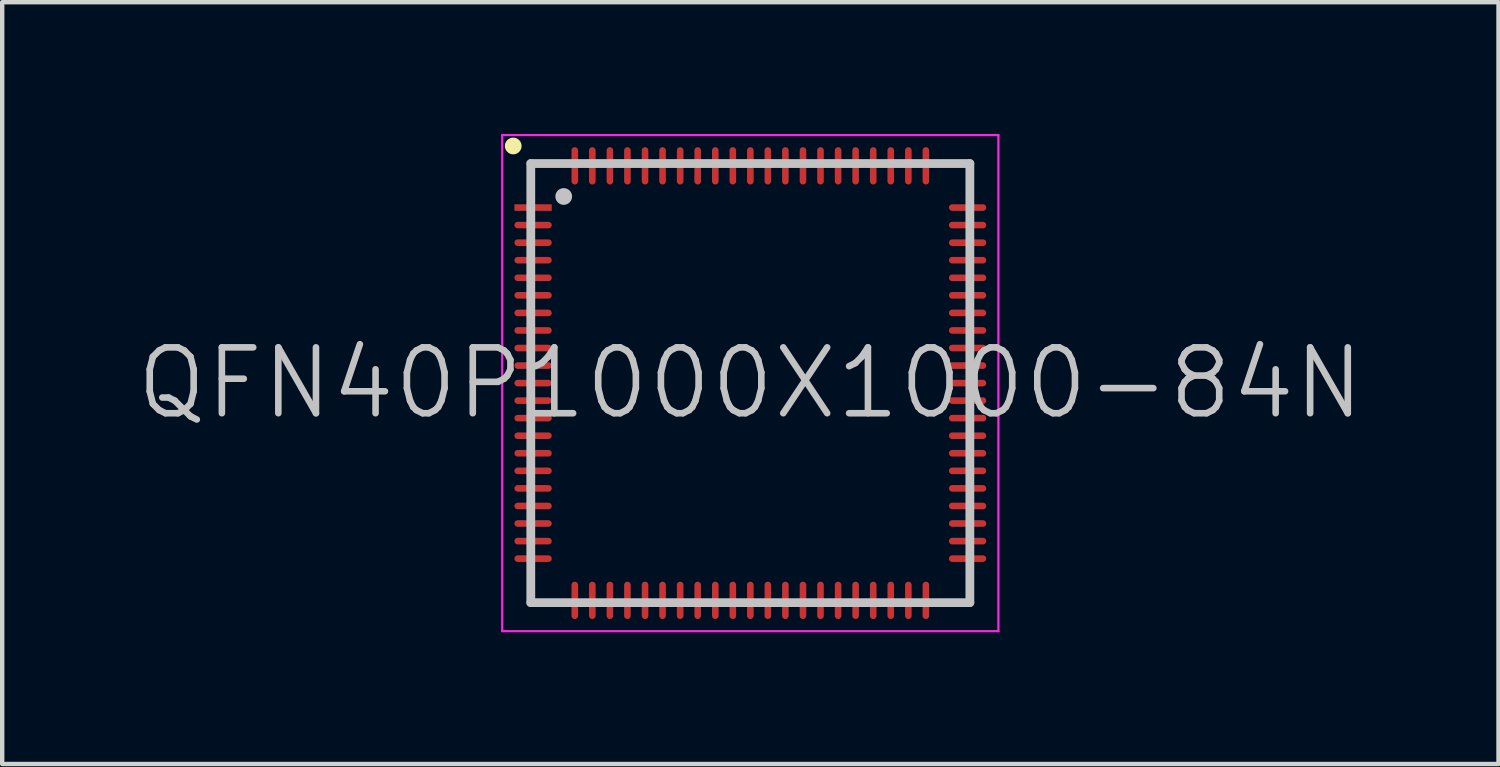
<source format=kicad_pcb>
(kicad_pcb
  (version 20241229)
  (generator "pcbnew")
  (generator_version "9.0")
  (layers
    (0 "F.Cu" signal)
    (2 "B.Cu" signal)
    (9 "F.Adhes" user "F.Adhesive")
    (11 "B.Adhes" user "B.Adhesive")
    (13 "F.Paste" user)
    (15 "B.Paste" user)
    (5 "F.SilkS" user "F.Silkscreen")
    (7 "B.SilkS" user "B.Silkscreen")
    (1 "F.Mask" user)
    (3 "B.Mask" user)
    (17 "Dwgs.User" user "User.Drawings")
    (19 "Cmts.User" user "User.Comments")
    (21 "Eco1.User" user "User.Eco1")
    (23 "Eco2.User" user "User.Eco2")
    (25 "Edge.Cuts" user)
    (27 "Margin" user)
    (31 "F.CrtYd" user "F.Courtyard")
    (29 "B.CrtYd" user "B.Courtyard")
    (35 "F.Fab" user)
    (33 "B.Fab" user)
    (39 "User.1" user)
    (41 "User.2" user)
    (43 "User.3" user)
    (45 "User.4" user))
  (footprint "QFN40P1000X1000-84N"
    (layer "F.Cu")
    (at 14.039 5.675)
    (property "Reference" "QFN40P1000X1000-84N" (at 0 0 0) (layer "Dwgs.User") (effects (font (size 1.5 1.5) (thickness 0.15))))
    (attr smd)
    (fp_line (start -5.4 -5.4) (end -5.4 -5.4) (stroke (width 0.381) (type solid)) (layer "F.SilkS"))
    (fp_line (start -5 -5) (end -5 5) (stroke (width 0.2) (type solid)) (layer "Dwgs.User"))
    (fp_line (start -5 -5) (end 5 -5) (stroke (width 0.2) (type solid)) (layer "Dwgs.User"))
    (fp_line (start -5 5) (end 5 5) (stroke (width 0.2) (type solid)) (layer "Dwgs.User"))
    (fp_line (start -4.25 -4.25) (end -4.25 -4.25) (stroke (width 0.381) (type solid)) (layer "Dwgs.User"))
    (fp_line (start 5 -5) (end 5 5) (stroke (width 0.2) (type solid)) (layer "Dwgs.User"))
    (fp_line (start -5.65 -5.65) (end -5.65 5.65) (stroke (width 0.05) (type solid)) (layer "F.CrtYd"))
    (fp_line (start -5.65 -5.65) (end 5.65 -5.65) (stroke (width 0.05) (type solid)) (layer "F.CrtYd"))
    (fp_line (start -5.65 5.65) (end 5.65 5.65) (stroke (width 0.05) (type solid)) (layer "F.CrtYd"))
    (fp_line (start 5.65 -5.65) (end 5.65 5.65) (stroke (width 0.05) (type solid)) (layer "F.CrtYd"))
    (pad "1" smd rect (at -4.948 -3.998 90) (size 0.15 0.85) (layers "F.Cu" "F.Mask" "F.Paste"))
    (pad "2" smd oval (at -4.948 -3.599 90) (size 0.15 0.85) (layers "F.Cu" "F.Mask" "F.Paste"))
    (pad "3" smd oval (at -4.948 -3.198 90) (size 0.15 0.85) (layers "F.Cu" "F.Mask" "F.Paste"))
    (pad "4" smd oval (at -4.948 -2.799 90) (size 0.15 0.85) (layers "F.Cu" "F.Mask" "F.Paste"))
    (pad "5" smd oval (at -4.948 -2.398 90) (size 0.15 0.85) (layers "F.Cu" "F.Mask" "F.Paste"))
    (pad "6" smd oval (at -4.948 -1.999 90) (size 0.15 0.85) (layers "F.Cu" "F.Mask" "F.Paste"))
    (pad "7" smd oval (at -4.948 -1.598 90) (size 0.15 0.85) (layers "F.Cu" "F.Mask" "F.Paste"))
    (pad "8" smd oval (at -4.948 -1.199 90) (size 0.15 0.85) (layers "F.Cu" "F.Mask" "F.Paste"))
    (pad "9" smd oval (at -4.948 -0.798 90) (size 0.15 0.85) (layers "F.Cu" "F.Mask" "F.Paste"))
    (pad "10" smd oval (at -4.948 -0.399 90) (size 0.15 0.85) (layers "F.Cu" "F.Mask" "F.Paste"))
    (pad "11" smd oval (at -4.948 0 90) (size 0.15 0.85) (layers "F.Cu" "F.Mask" "F.Paste"))
    (pad "12" smd oval (at -4.948 0.399 90) (size 0.15 0.85) (layers "F.Cu" "F.Mask" "F.Paste"))
    (pad "13" smd oval (at -4.948 0.798 90) (size 0.15 0.85) (layers "F.Cu" "F.Mask" "F.Paste"))
    (pad "14" smd oval (at -4.948 1.199 90) (size 0.15 0.85) (layers "F.Cu" "F.Mask" "F.Paste"))
    (pad "15" smd oval (at -4.948 1.598 90) (size 0.15 0.85) (layers "F.Cu" "F.Mask" "F.Paste"))
    (pad "16" smd oval (at -4.948 1.999 90) (size 0.15 0.85) (layers "F.Cu" "F.Mask" "F.Paste"))
    (pad "17" smd oval (at -4.948 2.398 90) (size 0.15 0.85) (layers "F.Cu" "F.Mask" "F.Paste"))
    (pad "18" smd oval (at -4.948 2.799 90) (size 0.15 0.85) (layers "F.Cu" "F.Mask" "F.Paste"))
    (pad "19" smd oval (at -4.948 3.198 90) (size 0.15 0.85) (layers "F.Cu" "F.Mask" "F.Paste"))
    (pad "20" smd oval (at -4.948 3.599 90) (size 0.15 0.85) (layers "F.Cu" "F.Mask" "F.Paste"))
    (pad "21" smd oval (at -4.948 3.998 90) (size 0.15 0.85) (layers "F.Cu" "F.Mask" "F.Paste"))
    (pad "22" smd oval (at -3.998 4.948 180) (size 0.15 0.85) (layers "F.Cu" "F.Mask" "F.Paste"))
    (pad "23" smd oval (at -3.599 4.948 180) (size 0.15 0.85) (layers "F.Cu" "F.Mask" "F.Paste"))
    (pad "24" smd oval (at -3.198 4.948 180) (size 0.15 0.85) (layers "F.Cu" "F.Mask" "F.Paste"))
    (pad "25" smd oval (at -2.799 4.948 180) (size 0.15 0.85) (layers "F.Cu" "F.Mask" "F.Paste"))
    (pad "26" smd oval (at -2.398 4.948 180) (size 0.15 0.85) (layers "F.Cu" "F.Mask" "F.Paste"))
    (pad "27" smd oval (at -1.999 4.948 180) (size 0.15 0.85) (layers "F.Cu" "F.Mask" "F.Paste"))
    (pad "28" smd oval (at -1.598 4.948 180) (size 0.15 0.85) (layers "F.Cu" "F.Mask" "F.Paste"))
    (pad "29" smd oval (at -1.199 4.948 180) (size 0.15 0.85) (layers "F.Cu" "F.Mask" "F.Paste"))
    (pad "30" smd oval (at -0.798 4.948 180) (size 0.15 0.85) (layers "F.Cu" "F.Mask" "F.Paste"))
    (pad "31" smd oval (at -0.399 4.948 180) (size 0.15 0.85) (layers "F.Cu" "F.Mask" "F.Paste"))
    (pad "32" smd oval (at 0 4.948 180) (size 0.15 0.85) (layers "F.Cu" "F.Mask" "F.Paste"))
    (pad "33" smd oval (at 0.399 4.948 180) (size 0.15 0.85) (layers "F.Cu" "F.Mask" "F.Paste"))
    (pad "34" smd oval (at 0.798 4.948 180) (size 0.15 0.85) (layers "F.Cu" "F.Mask" "F.Paste"))
    (pad "35" smd oval (at 1.199 4.948 180) (size 0.15 0.85) (layers "F.Cu" "F.Mask" "F.Paste"))
    (pad "36" smd oval (at 1.598 4.948 180) (size 0.15 0.85) (layers "F.Cu" "F.Mask" "F.Paste"))
    (pad "37" smd oval (at 1.999 4.948 180) (size 0.15 0.85) (layers "F.Cu" "F.Mask" "F.Paste"))
    (pad "38" smd oval (at 2.398 4.948 180) (size 0.15 0.85) (layers "F.Cu" "F.Mask" "F.Paste"))
    (pad "39" smd oval (at 2.799 4.948 180) (size 0.15 0.85) (layers "F.Cu" "F.Mask" "F.Paste"))
    (pad "40" smd oval (at 3.198 4.948 180) (size 0.15 0.85) (layers "F.Cu" "F.Mask" "F.Paste"))
    (pad "41" smd oval (at 3.599 4.948 180) (size 0.15 0.85) (layers "F.Cu" "F.Mask" "F.Paste"))
    (pad "42" smd oval (at 3.998 4.948 180) (size 0.15 0.85) (layers "F.Cu" "F.Mask" "F.Paste"))
    (pad "43" smd oval (at 4.948 3.998 270) (size 0.15 0.85) (layers "F.Cu" "F.Mask" "F.Paste"))
    (pad "44" smd oval (at 4.948 3.599 270) (size 0.15 0.85) (layers "F.Cu" "F.Mask" "F.Paste"))
    (pad "45" smd oval (at 4.948 3.198 270) (size 0.15 0.85) (layers "F.Cu" "F.Mask" "F.Paste"))
    (pad "46" smd oval (at 4.948 2.799 270) (size 0.15 0.85) (layers "F.Cu" "F.Mask" "F.Paste"))
    (pad "47" smd oval (at 4.948 2.398 270) (size 0.15 0.85) (layers "F.Cu" "F.Mask" "F.Paste"))
    (pad "48" smd oval (at 4.948 1.999 270) (size 0.15 0.85) (layers "F.Cu" "F.Mask" "F.Paste"))
    (pad "49" smd oval (at 4.948 1.598 270) (size 0.15 0.85) (layers "F.Cu" "F.Mask" "F.Paste"))
    (pad "50" smd oval (at 4.948 1.199 270) (size 0.15 0.85) (layers "F.Cu" "F.Mask" "F.Paste"))
    (pad "51" smd oval (at 4.948 0.798 270) (size 0.15 0.85) (layers "F.Cu" "F.Mask" "F.Paste"))
    (pad "52" smd oval (at 4.948 0.399 270) (size 0.15 0.85) (layers "F.Cu" "F.Mask" "F.Paste"))
    (pad "53" smd oval (at 4.948 0 270) (size 0.15 0.85) (layers "F.Cu" "F.Mask" "F.Paste"))
    (pad "54" smd oval (at 4.948 -0.399 270) (size 0.15 0.85) (layers "F.Cu" "F.Mask" "F.Paste"))
    (pad "55" smd oval (at 4.948 -0.798 270) (size 0.15 0.85) (layers "F.Cu" "F.Mask" "F.Paste"))
    (pad "56" smd oval (at 4.948 -1.199 270) (size 0.15 0.85) (layers "F.Cu" "F.Mask" "F.Paste"))
    (pad "57" smd oval (at 4.948 -1.598 270) (size 0.15 0.85) (layers "F.Cu" "F.Mask" "F.Paste"))
    (pad "58" smd oval (at 4.948 -1.999 270) (size 0.15 0.85) (layers "F.Cu" "F.Mask" "F.Paste"))
    (pad "59" smd oval (at 4.948 -2.398 270) (size 0.15 0.85) (layers "F.Cu" "F.Mask" "F.Paste"))
    (pad "60" smd oval (at 4.948 -2.799 270) (size 0.15 0.85) (layers "F.Cu" "F.Mask" "F.Paste"))
    (pad "61" smd oval (at 4.948 -3.198 270) (size 0.15 0.85) (layers "F.Cu" "F.Mask" "F.Paste"))
    (pad "62" smd oval (at 4.948 -3.599 270) (size 0.15 0.85) (layers "F.Cu" "F.Mask" "F.Paste"))
    (pad "63" smd oval (at 4.948 -3.998 270) (size 0.15 0.85) (layers "F.Cu" "F.Mask" "F.Paste"))
    (pad "64" smd oval (at 3.998 -4.948) (size 0.15 0.85) (layers "F.Cu" "F.Mask" "F.Paste"))
    (pad "65" smd oval (at 3.599 -4.948) (size 0.15 0.85) (layers "F.Cu" "F.Mask" "F.Paste"))
    (pad "66" smd oval (at 3.198 -4.948) (size 0.15 0.85) (layers "F.Cu" "F.Mask" "F.Paste"))
    (pad "67" smd oval (at 2.799 -4.948) (size 0.15 0.85) (layers "F.Cu" "F.Mask" "F.Paste"))
    (pad "68" smd oval (at 2.398 -4.948) (size 0.15 0.85) (layers "F.Cu" "F.Mask" "F.Paste"))
    (pad "69" smd oval (at 1.999 -4.948) (size 0.15 0.85) (layers "F.Cu" "F.Mask" "F.Paste"))
    (pad "70" smd oval (at 1.598 -4.948) (size 0.15 0.85) (layers "F.Cu" "F.Mask" "F.Paste"))
    (pad "71" smd oval (at 1.199 -4.948) (size 0.15 0.85) (layers "F.Cu" "F.Mask" "F.Paste"))
    (pad "72" smd oval (at 0.798 -4.948) (size 0.15 0.85) (layers "F.Cu" "F.Mask" "F.Paste"))
    (pad "73" smd oval (at 0.399 -4.948) (size 0.15 0.85) (layers "F.Cu" "F.Mask" "F.Paste"))
    (pad "74" smd oval (at 0 -4.948) (size 0.15 0.85) (layers "F.Cu" "F.Mask" "F.Paste"))
    (pad "75" smd oval (at -0.399 -4.948) (size 0.15 0.85) (layers "F.Cu" "F.Mask" "F.Paste"))
    (pad "76" smd oval (at -0.798 -4.948) (size 0.15 0.85) (layers "F.Cu" "F.Mask" "F.Paste"))
    (pad "77" smd oval (at -1.199 -4.948) (size 0.15 0.85) (layers "F.Cu" "F.Mask" "F.Paste"))
    (pad "78" smd oval (at -1.598 -4.948) (size 0.15 0.85) (layers "F.Cu" "F.Mask" "F.Paste"))
    (pad "79" smd oval (at -1.999 -4.948) (size 0.15 0.85) (layers "F.Cu" "F.Mask" "F.Paste"))
    (pad "80" smd oval (at -2.398 -4.948) (size 0.15 0.85) (layers "F.Cu" "F.Mask" "F.Paste"))
    (pad "81" smd oval (at -2.799 -4.948) (size 0.15 0.85) (layers "F.Cu" "F.Mask" "F.Paste"))
    (pad "82" smd oval (at -3.198 -4.948) (size 0.15 0.85) (layers "F.Cu" "F.Mask" "F.Paste"))
    (pad "83" smd oval (at -3.599 -4.948) (size 0.15 0.85) (layers "F.Cu" "F.Mask" "F.Paste"))
    (pad "84" smd oval (at -3.998 -4.948) (size 0.15 0.85) (layers "F.Cu" "F.Mask" "F.Paste")))
  (gr_rect
    (start -3 -3)
    (end 31.079 14.35)
    (stroke (width 0.1) (type default))
    (fill no)
    (layer "Edge.Cuts")))
</source>
